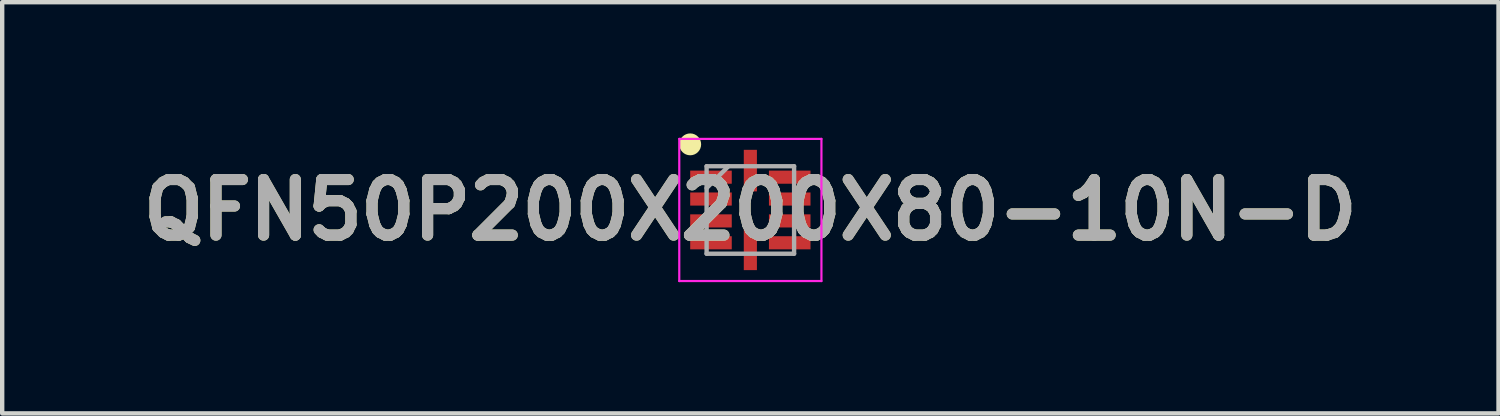
<source format=kicad_pcb>
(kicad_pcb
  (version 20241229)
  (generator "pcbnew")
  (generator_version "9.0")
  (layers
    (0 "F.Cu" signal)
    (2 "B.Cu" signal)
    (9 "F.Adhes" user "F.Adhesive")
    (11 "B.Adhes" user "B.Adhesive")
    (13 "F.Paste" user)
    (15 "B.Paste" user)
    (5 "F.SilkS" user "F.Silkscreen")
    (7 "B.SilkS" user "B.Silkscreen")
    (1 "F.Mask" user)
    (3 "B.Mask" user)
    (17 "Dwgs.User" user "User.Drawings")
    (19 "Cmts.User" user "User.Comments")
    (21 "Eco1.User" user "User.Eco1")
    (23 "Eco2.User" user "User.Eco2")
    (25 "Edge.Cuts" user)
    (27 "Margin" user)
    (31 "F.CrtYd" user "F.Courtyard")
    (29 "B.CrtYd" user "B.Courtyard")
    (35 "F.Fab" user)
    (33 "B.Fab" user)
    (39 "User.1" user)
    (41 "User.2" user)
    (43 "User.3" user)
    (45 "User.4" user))
  (footprint "QFN50P200X200X80-10N-D"
    (layer "F.Cu")
    (at 14.103 1.75)
    (property "Reference" "QFN50P200X200X80-10N-D" (at 0 0 0) (layer "F.SilkS") (effects (font (size 1.27 1.27) (thickness 0.254))))
    (attr smd)
    (fp_circle (center -1.375 -1.5) (end -1.375 -1.375) (stroke (width 0.25) (type solid)) (fill no) (layer "F.SilkS"))
    (fp_line (start -1.625 -1.625) (end 1.625 -1.625) (stroke (width 0.05) (type solid)) (layer "F.CrtYd"))
    (fp_line (start -1.625 1.625) (end -1.625 -1.625) (stroke (width 0.05) (type solid)) (layer "F.CrtYd"))
    (fp_line (start 1.625 -1.625) (end 1.625 1.625) (stroke (width 0.05) (type solid)) (layer "F.CrtYd"))
    (fp_line (start 1.625 1.625) (end -1.625 1.625) (stroke (width 0.05) (type solid)) (layer "F.CrtYd"))
    (fp_line (start -1 -1) (end 1 -1) (stroke (width 0.1) (type solid)) (layer "F.Fab"))
    (fp_line (start -1 -0.5) (end -0.5 -1) (stroke (width 0.1) (type solid)) (layer "F.Fab"))
    (fp_line (start -1 1) (end -1 -1) (stroke (width 0.1) (type solid)) (layer "F.Fab"))
    (fp_line (start 1 -1) (end 1 1) (stroke (width 0.1) (type solid)) (layer "F.Fab"))
    (fp_line (start 1 1) (end -1 1) (stroke (width 0.1) (type solid)) (layer "F.Fab"))
    (fp_text user "${REFERENCE}" (at 0 0 0) (layer "F.Fab") (effects (font (size 1.27 1.27) (thickness 0.254))))
    (pad "1" smd rect (at -0.9 -0.75 90) (size 0.3 0.95) (layers "F.Cu" "F.Mask" "F.Paste"))
    (pad "2" smd rect (at -0.9 -0.25 90) (size 0.3 0.95) (layers "F.Cu" "F.Mask" "F.Paste"))
    (pad "3" smd rect (at -0.9 0.25 90) (size 0.3 0.95) (layers "F.Cu" "F.Mask" "F.Paste"))
    (pad "4" smd rect (at -0.9 0.75 90) (size 0.3 0.95) (layers "F.Cu" "F.Mask" "F.Paste"))
    (pad "5" smd rect (at 0 0.9) (size 0.3 0.95) (layers "F.Cu" "F.Mask" "F.Paste"))
    (pad "6" smd rect (at 0.9 0.75 90) (size 0.3 0.95) (layers "F.Cu" "F.Mask" "F.Paste"))
    (pad "7" smd rect (at 0.9 0.25 90) (size 0.3 0.95) (layers "F.Cu" "F.Mask" "F.Paste"))
    (pad "8" smd rect (at 0.9 -0.25 90) (size 0.3 0.95) (layers "F.Cu" "F.Mask" "F.Paste"))
    (pad "9" smd rect (at 0.9 -0.75 90) (size 0.3 0.95) (layers "F.Cu" "F.Mask" "F.Paste"))
    (pad "10" smd rect (at 0 -0.9) (size 0.3 0.95) (layers "F.Cu" "F.Mask" "F.Paste")))
  (gr_rect
    (start -3 -3)
    (end 31.206 6.4)
    (stroke (width 0.1) (type default))
    (fill no)
    (layer "Edge.Cuts")))
</source>
